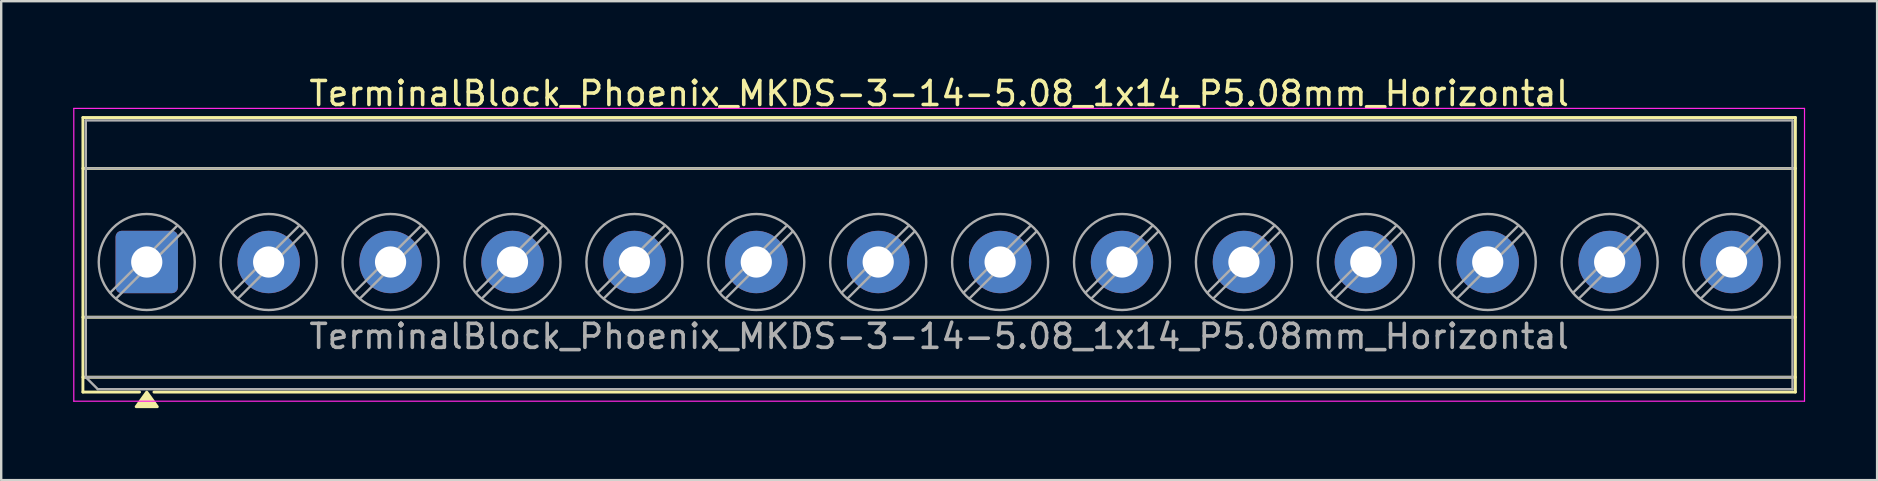
<source format=kicad_pcb>
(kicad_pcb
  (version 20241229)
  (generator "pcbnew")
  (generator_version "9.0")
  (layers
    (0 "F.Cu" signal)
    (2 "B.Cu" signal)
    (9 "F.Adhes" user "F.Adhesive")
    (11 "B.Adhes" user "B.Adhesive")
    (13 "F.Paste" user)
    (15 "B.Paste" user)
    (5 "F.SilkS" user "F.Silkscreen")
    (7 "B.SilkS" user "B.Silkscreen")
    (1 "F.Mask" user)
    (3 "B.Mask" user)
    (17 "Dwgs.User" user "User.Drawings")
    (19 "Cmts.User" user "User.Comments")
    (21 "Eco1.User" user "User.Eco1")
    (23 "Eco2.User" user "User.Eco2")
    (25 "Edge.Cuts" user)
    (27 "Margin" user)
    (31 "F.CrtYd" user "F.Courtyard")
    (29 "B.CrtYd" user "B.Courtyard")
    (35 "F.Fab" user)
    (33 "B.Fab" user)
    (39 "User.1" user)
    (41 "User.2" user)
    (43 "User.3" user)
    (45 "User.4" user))
  (footprint "TerminalBlock_Phoenix_MKDS-3-14-5.08_1x14_P5.08mm_Horizontal"
    (layer "F.Cu")
    (at 3.065 7.868)
    (property "Reference" "TerminalBlock_Phoenix_MKDS-3-14-5.08_1x14_P5.08mm_Horizontal" (at 33.02 -7.02 0) (layer "F.SilkS") (effects (font (size 1 1) (thickness 0.15))))
    (attr through_hole)
    (fp_line (start -2.66 -6.02) (end -2.66 5.42) (stroke (width 0.12) (type solid)) (layer "F.SilkS"))
    (fp_line (start -2.66 -6.02) (end 68.7 -6.02) (stroke (width 0.12) (type solid)) (layer "F.SilkS"))
    (fp_line (start -2.66 -3.9) (end 68.7 -3.9) (stroke (width 0.12) (type solid)) (layer "F.SilkS"))
    (fp_line (start -2.66 2.3) (end 68.7 2.3) (stroke (width 0.12) (type solid)) (layer "F.SilkS"))
    (fp_line (start -2.66 4.8) (end 68.7 4.8) (stroke (width 0.12) (type solid)) (layer "F.SilkS"))
    (fp_line (start -2.66 5.42) (end -0.3 5.42) (stroke (width 0.12) (type solid)) (layer "F.SilkS"))
    (fp_line (start 0.3 5.42) (end 68.7 5.42) (stroke (width 0.12) (type solid)) (layer "F.SilkS"))
    (fp_line (start 68.7 -6.02) (end 68.7 5.42) (stroke (width 0.12) (type solid)) (layer "F.SilkS"))
    (fp_poly (pts (xy 0 5.42) (xy 0.44 6.03) (xy -0.44 6.03)) (stroke (width 0.12) (type solid)) (fill yes) (layer "F.SilkS"))
    (fp_line (start -3.04 -6.4) (end -3.04 5.8) (stroke (width 0.05) (type solid)) (layer "F.CrtYd"))
    (fp_line (start -3.04 5.8) (end 69.08 5.8) (stroke (width 0.05) (type solid)) (layer "F.CrtYd"))
    (fp_line (start 69.08 -6.4) (end -3.04 -6.4) (stroke (width 0.05) (type solid)) (layer "F.CrtYd"))
    (fp_line (start 69.08 5.8) (end 69.08 -6.4) (stroke (width 0.05) (type solid)) (layer "F.CrtYd"))
    (fp_line (start -2.54 -5.9) (end 68.58 -5.9) (stroke (width 0.1) (type solid)) (layer "F.Fab"))
    (fp_line (start -2.54 -3.9) (end 68.58 -3.9) (stroke (width 0.1) (type solid)) (layer "F.Fab"))
    (fp_line (start -2.54 2.3) (end 68.58 2.3) (stroke (width 0.1) (type solid)) (layer "F.Fab"))
    (fp_line (start -2.54 4.8) (end -2.54 -5.9) (stroke (width 0.1) (type solid)) (layer "F.Fab"))
    (fp_line (start -2.54 4.8) (end 68.58 4.8) (stroke (width 0.1) (type solid)) (layer "F.Fab"))
    (fp_line (start -2.04 5.3) (end -2.54 4.8) (stroke (width 0.1) (type solid)) (layer "F.Fab"))
    (fp_line (start 1.273 -1.517) (end -1.517 1.272) (stroke (width 0.1) (type solid)) (layer "F.Fab"))
    (fp_line (start 1.517 -1.273) (end -1.273 1.517) (stroke (width 0.1) (type solid)) (layer "F.Fab"))
    (fp_line (start 6.353 -1.517) (end 3.563 1.272) (stroke (width 0.1) (type solid)) (layer "F.Fab"))
    (fp_line (start 6.597 -1.273) (end 3.807 1.517) (stroke (width 0.1) (type solid)) (layer "F.Fab"))
    (fp_line (start 11.433 -1.517) (end 8.643 1.272) (stroke (width 0.1) (type solid)) (layer "F.Fab"))
    (fp_line (start 11.677 -1.273) (end 8.887 1.517) (stroke (width 0.1) (type solid)) (layer "F.Fab"))
    (fp_line (start 16.513 -1.517) (end 13.723 1.272) (stroke (width 0.1) (type solid)) (layer "F.Fab"))
    (fp_line (start 16.757 -1.273) (end 13.967 1.517) (stroke (width 0.1) (type solid)) (layer "F.Fab"))
    (fp_line (start 21.593 -1.517) (end 18.803 1.272) (stroke (width 0.1) (type solid)) (layer "F.Fab"))
    (fp_line (start 21.837 -1.273) (end 19.047 1.517) (stroke (width 0.1) (type solid)) (layer "F.Fab"))
    (fp_line (start 26.673 -1.517) (end 23.883 1.272) (stroke (width 0.1) (type solid)) (layer "F.Fab"))
    (fp_line (start 26.917 -1.273) (end 24.127 1.517) (stroke (width 0.1) (type solid)) (layer "F.Fab"))
    (fp_line (start 31.753 -1.517) (end 28.963 1.272) (stroke (width 0.1) (type solid)) (layer "F.Fab"))
    (fp_line (start 31.997 -1.273) (end 29.207 1.517) (stroke (width 0.1) (type solid)) (layer "F.Fab"))
    (fp_line (start 36.833 -1.517) (end 34.043 1.272) (stroke (width 0.1) (type solid)) (layer "F.Fab"))
    (fp_line (start 37.077 -1.273) (end 34.287 1.517) (stroke (width 0.1) (type solid)) (layer "F.Fab"))
    (fp_line (start 41.913 -1.517) (end 39.123 1.272) (stroke (width 0.1) (type solid)) (layer "F.Fab"))
    (fp_line (start 42.157 -1.273) (end 39.367 1.517) (stroke (width 0.1) (type solid)) (layer "F.Fab"))
    (fp_line (start 46.993 -1.517) (end 44.203 1.272) (stroke (width 0.1) (type solid)) (layer "F.Fab"))
    (fp_line (start 47.237 -1.273) (end 44.447 1.517) (stroke (width 0.1) (type solid)) (layer "F.Fab"))
    (fp_line (start 52.073 -1.517) (end 49.283 1.272) (stroke (width 0.1) (type solid)) (layer "F.Fab"))
    (fp_line (start 52.317 -1.273) (end 49.527 1.517) (stroke (width 0.1) (type solid)) (layer "F.Fab"))
    (fp_line (start 57.153 -1.517) (end 54.363 1.272) (stroke (width 0.1) (type solid)) (layer "F.Fab"))
    (fp_line (start 57.397 -1.273) (end 54.607 1.517) (stroke (width 0.1) (type solid)) (layer "F.Fab"))
    (fp_line (start 62.233 -1.517) (end 59.443 1.272) (stroke (width 0.1) (type solid)) (layer "F.Fab"))
    (fp_line (start 62.477 -1.273) (end 59.687 1.517) (stroke (width 0.1) (type solid)) (layer "F.Fab"))
    (fp_line (start 67.313 -1.517) (end 64.523 1.272) (stroke (width 0.1) (type solid)) (layer "F.Fab"))
    (fp_line (start 67.557 -1.273) (end 64.767 1.517) (stroke (width 0.1) (type solid)) (layer "F.Fab"))
    (fp_line (start 68.58 -5.9) (end 68.58 5.3) (stroke (width 0.1) (type solid)) (layer "F.Fab"))
    (fp_line (start 68.58 5.3) (end -2.04 5.3) (stroke (width 0.1) (type solid)) (layer "F.Fab"))
    (fp_circle (center 0 0) (end 2 0) (stroke (width 0.1) (type solid)) (fill no) (layer "F.Fab"))
    (fp_circle (center 5.08 0) (end 7.08 0) (stroke (width 0.1) (type solid)) (fill no) (layer "F.Fab"))
    (fp_circle (center 10.16 0) (end 12.16 0) (stroke (width 0.1) (type solid)) (fill no) (layer "F.Fab"))
    (fp_circle (center 15.24 0) (end 17.24 0) (stroke (width 0.1) (type solid)) (fill no) (layer "F.Fab"))
    (fp_circle (center 20.32 0) (end 22.32 0) (stroke (width 0.1) (type solid)) (fill no) (layer "F.Fab"))
    (fp_circle (center 25.4 0) (end 27.4 0) (stroke (width 0.1) (type solid)) (fill no) (layer "F.Fab"))
    (fp_circle (center 30.48 0) (end 32.48 0) (stroke (width 0.1) (type solid)) (fill no) (layer "F.Fab"))
    (fp_circle (center 35.56 0) (end 37.56 0) (stroke (width 0.1) (type solid)) (fill no) (layer "F.Fab"))
    (fp_circle (center 40.64 0) (end 42.64 0) (stroke (width 0.1) (type solid)) (fill no) (layer "F.Fab"))
    (fp_circle (center 45.72 0) (end 47.72 0) (stroke (width 0.1) (type solid)) (fill no) (layer "F.Fab"))
    (fp_circle (center 50.8 0) (end 52.8 0) (stroke (width 0.1) (type solid)) (fill no) (layer "F.Fab"))
    (fp_circle (center 55.88 0) (end 57.88 0) (stroke (width 0.1) (type solid)) (fill no) (layer "F.Fab"))
    (fp_circle (center 60.96 0) (end 62.96 0) (stroke (width 0.1) (type solid)) (fill no) (layer "F.Fab"))
    (fp_circle (center 66.04 0) (end 68.04 0) (stroke (width 0.1) (type solid)) (fill no) (layer "F.Fab"))
    (fp_text user "${REFERENCE}" (at 33.02 3.1 0) (layer "F.Fab") (effects (font (size 1 1) (thickness 0.15))))
    (pad "1" thru_hole roundrect (at 0 0) (size 2.6 2.6) (drill 1.3) (layers "*.Cu" "*.Mask") (roundrect_rratio 0.096))
    (pad "2" thru_hole circle (at 5.08 0) (size 2.6 2.6) (drill 1.3) (layers "*.Cu" "*.Mask"))
    (pad "3" thru_hole circle (at 10.16 0) (size 2.6 2.6) (drill 1.3) (layers "*.Cu" "*.Mask"))
    (pad "4" thru_hole circle (at 15.24 0) (size 2.6 2.6) (drill 1.3) (layers "*.Cu" "*.Mask"))
    (pad "5" thru_hole circle (at 20.32 0) (size 2.6 2.6) (drill 1.3) (layers "*.Cu" "*.Mask"))
    (pad "6" thru_hole circle (at 25.4 0) (size 2.6 2.6) (drill 1.3) (layers "*.Cu" "*.Mask"))
    (pad "7" thru_hole circle (at 30.48 0) (size 2.6 2.6) (drill 1.3) (layers "*.Cu" "*.Mask"))
    (pad "8" thru_hole circle (at 35.56 0) (size 2.6 2.6) (drill 1.3) (layers "*.Cu" "*.Mask"))
    (pad "9" thru_hole circle (at 40.64 0) (size 2.6 2.6) (drill 1.3) (layers "*.Cu" "*.Mask"))
    (pad "10" thru_hole circle (at 45.72 0) (size 2.6 2.6) (drill 1.3) (layers "*.Cu" "*.Mask"))
    (pad "11" thru_hole circle (at 50.8 0) (size 2.6 2.6) (drill 1.3) (layers "*.Cu" "*.Mask"))
    (pad "12" thru_hole circle (at 55.88 0) (size 2.6 2.6) (drill 1.3) (layers "*.Cu" "*.Mask"))
    (pad "13" thru_hole circle (at 60.96 0) (size 2.6 2.6) (drill 1.3) (layers "*.Cu" "*.Mask"))
    (pad "14" thru_hole circle (at 66.04 0) (size 2.6 2.6) (drill 1.3) (layers "*.Cu" "*.Mask")))
  (gr_rect
    (start -3 -3)
    (end 75.17 16.958)
    (stroke (width 0.1) (type default))
    (fill no)
    (layer "Edge.Cuts")))
</source>
